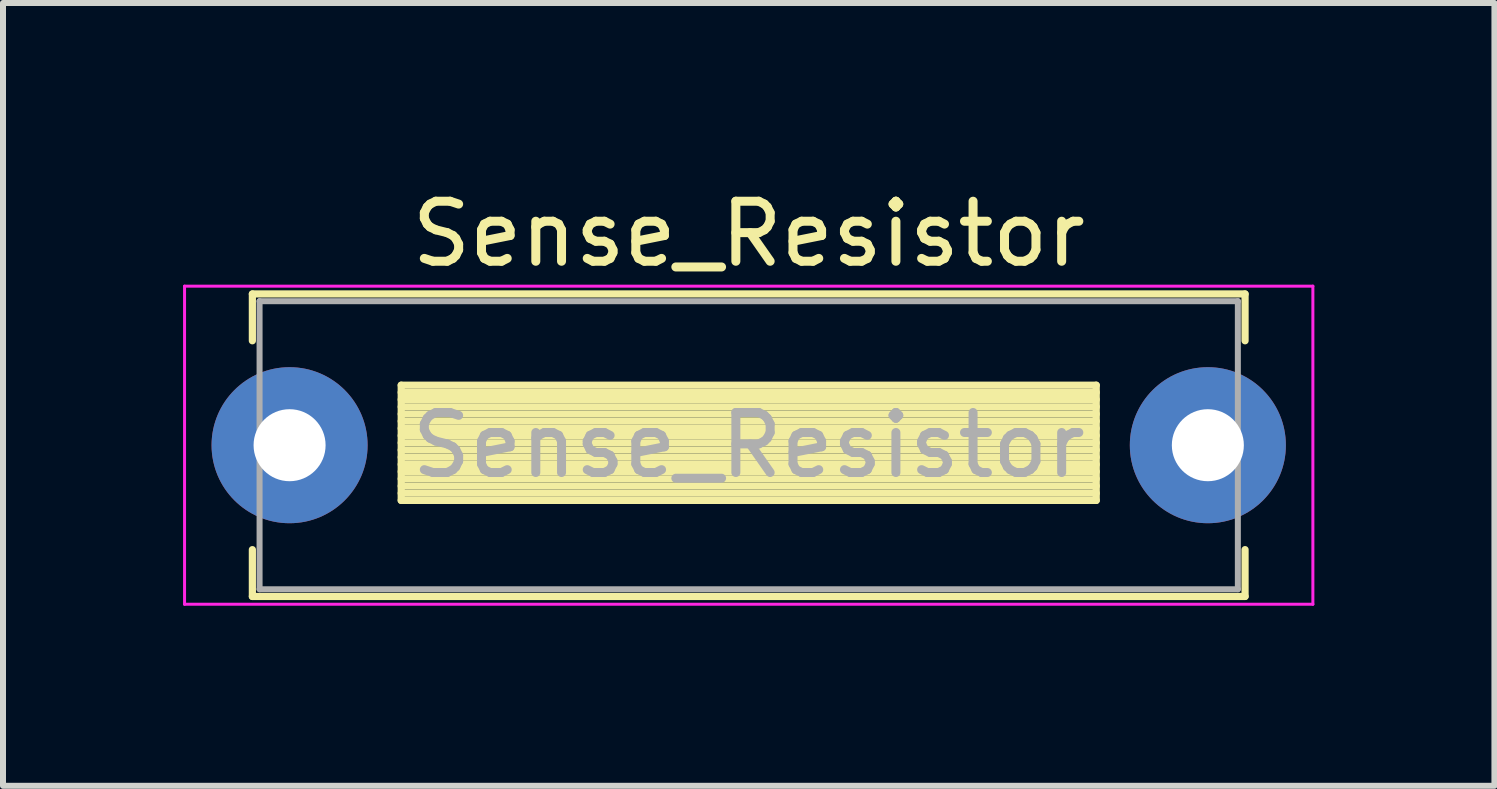
<source format=kicad_pcb>
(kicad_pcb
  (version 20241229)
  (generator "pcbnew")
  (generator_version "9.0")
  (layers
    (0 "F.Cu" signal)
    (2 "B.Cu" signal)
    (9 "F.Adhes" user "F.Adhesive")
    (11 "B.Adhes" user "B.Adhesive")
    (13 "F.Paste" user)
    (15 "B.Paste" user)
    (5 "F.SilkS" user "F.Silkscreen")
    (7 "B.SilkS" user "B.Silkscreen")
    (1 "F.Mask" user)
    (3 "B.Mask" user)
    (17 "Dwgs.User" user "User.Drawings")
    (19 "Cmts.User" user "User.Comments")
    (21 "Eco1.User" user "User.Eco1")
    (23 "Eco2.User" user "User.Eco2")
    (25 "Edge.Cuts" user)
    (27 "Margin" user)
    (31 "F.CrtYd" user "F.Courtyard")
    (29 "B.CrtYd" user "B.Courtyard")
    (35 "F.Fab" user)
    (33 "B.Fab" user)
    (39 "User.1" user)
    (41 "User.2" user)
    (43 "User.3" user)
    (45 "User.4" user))
  (footprint "Sense_Resistor"
    (layer "F.Cu")
    (at 1.775 4.368)
    (property "Reference" "Sense_Resistor" (at 7.65 -3.52 0) (layer "F.SilkS") (effects (font (size 1 1) (thickness 0.15))))
    (attr through_hole)
    (fp_line (start -0.62 -2.52) (end 15.92 -2.52) (stroke (width 0.12) (type solid)) (layer "F.SilkS"))
    (fp_line (start -0.62 -1.74) (end -0.62 -2.52) (stroke (width 0.12) (type solid)) (layer "F.SilkS"))
    (fp_line (start -0.62 1.74) (end -0.62 2.52) (stroke (width 0.12) (type solid)) (layer "F.SilkS"))
    (fp_line (start -0.62 2.52) (end 15.92 2.52) (stroke (width 0.12) (type solid)) (layer "F.SilkS"))
    (fp_line (start 1.86 -1) (end 1.86 0.92) (stroke (width 0.12) (type solid)) (layer "F.SilkS"))
    (fp_line (start 1.86 -1) (end 13.44 -1) (stroke (width 0.12) (type solid)) (layer "F.SilkS"))
    (fp_line (start 1.86 -0.88) (end 13.44 -0.88) (stroke (width 0.12) (type solid)) (layer "F.SilkS"))
    (fp_line (start 1.86 -0.76) (end 13.44 -0.76) (stroke (width 0.12) (type solid)) (layer "F.SilkS"))
    (fp_line (start 1.86 -0.64) (end 13.44 -0.64) (stroke (width 0.12) (type solid)) (layer "F.SilkS"))
    (fp_line (start 1.86 -0.52) (end 13.44 -0.52) (stroke (width 0.12) (type solid)) (layer "F.SilkS"))
    (fp_line (start 1.86 -0.4) (end 13.44 -0.4) (stroke (width 0.12) (type solid)) (layer "F.SilkS"))
    (fp_line (start 1.86 -0.28) (end 13.44 -0.28) (stroke (width 0.12) (type solid)) (layer "F.SilkS"))
    (fp_line (start 1.86 -0.16) (end 13.44 -0.16) (stroke (width 0.12) (type solid)) (layer "F.SilkS"))
    (fp_line (start 1.86 -0.04) (end 13.44 -0.04) (stroke (width 0.12) (type solid)) (layer "F.SilkS"))
    (fp_line (start 1.86 0.08) (end 13.44 0.08) (stroke (width 0.12) (type solid)) (layer "F.SilkS"))
    (fp_line (start 1.86 0.2) (end 13.44 0.2) (stroke (width 0.12) (type solid)) (layer "F.SilkS"))
    (fp_line (start 1.86 0.32) (end 13.44 0.32) (stroke (width 0.12) (type solid)) (layer "F.SilkS"))
    (fp_line (start 1.86 0.44) (end 13.44 0.44) (stroke (width 0.12) (type solid)) (layer "F.SilkS"))
    (fp_line (start 1.86 0.56) (end 13.44 0.56) (stroke (width 0.12) (type solid)) (layer "F.SilkS"))
    (fp_line (start 1.86 0.68) (end 13.44 0.68) (stroke (width 0.12) (type solid)) (layer "F.SilkS"))
    (fp_line (start 1.86 0.8) (end 13.44 0.8) (stroke (width 0.12) (type solid)) (layer "F.SilkS"))
    (fp_line (start 1.86 0.92) (end 13.44 0.92) (stroke (width 0.12) (type solid)) (layer "F.SilkS"))
    (fp_line (start 13.44 -1) (end 13.44 0.92) (stroke (width 0.12) (type solid)) (layer "F.SilkS"))
    (fp_line (start 15.92 -2.52) (end 15.92 -1.74) (stroke (width 0.12) (type solid)) (layer "F.SilkS"))
    (fp_line (start 15.92 2.52) (end 15.92 1.74) (stroke (width 0.12) (type solid)) (layer "F.SilkS"))
    (fp_line (start -1.75 -2.65) (end -1.75 2.65) (stroke (width 0.05) (type solid)) (layer "F.CrtYd"))
    (fp_line (start -1.75 2.65) (end 17.05 2.65) (stroke (width 0.05) (type solid)) (layer "F.CrtYd"))
    (fp_line (start 17.05 -2.65) (end -1.75 -2.65) (stroke (width 0.05) (type solid)) (layer "F.CrtYd"))
    (fp_line (start 17.05 2.65) (end 17.05 -2.65) (stroke (width 0.05) (type solid)) (layer "F.CrtYd"))
    (fp_line (start -0.5 -2.4) (end -0.5 2.4) (stroke (width 0.1) (type solid)) (layer "F.Fab"))
    (fp_line (start -0.5 2.4) (end 15.8 2.4) (stroke (width 0.1) (type solid)) (layer "F.Fab"))
    (fp_line (start 15.8 -2.4) (end -0.5 -2.4) (stroke (width 0.1) (type solid)) (layer "F.Fab"))
    (fp_line (start 15.8 2.4) (end 15.8 -2.4) (stroke (width 0.1) (type solid)) (layer "F.Fab"))
    (fp_text user "${REFERENCE}" (at 7.65 0 0) (layer "F.Fab") (effects (font (size 1 1) (thickness 0.15))))
    (pad "1" thru_hole circle (at 0 0) (size 2.6 2.6) (drill 1.2) (layers "*.Cu" "*.Mask"))
    (pad "2" thru_hole circle (at 15.3 0) (size 2.6 2.6) (drill 1.2) (layers "*.Cu" "*.Mask")))
  (gr_rect
    (start -3 -3)
    (end 21.85 10.043)
    (stroke (width 0.1) (type default))
    (fill no)
    (layer "Edge.Cuts")))
</source>
